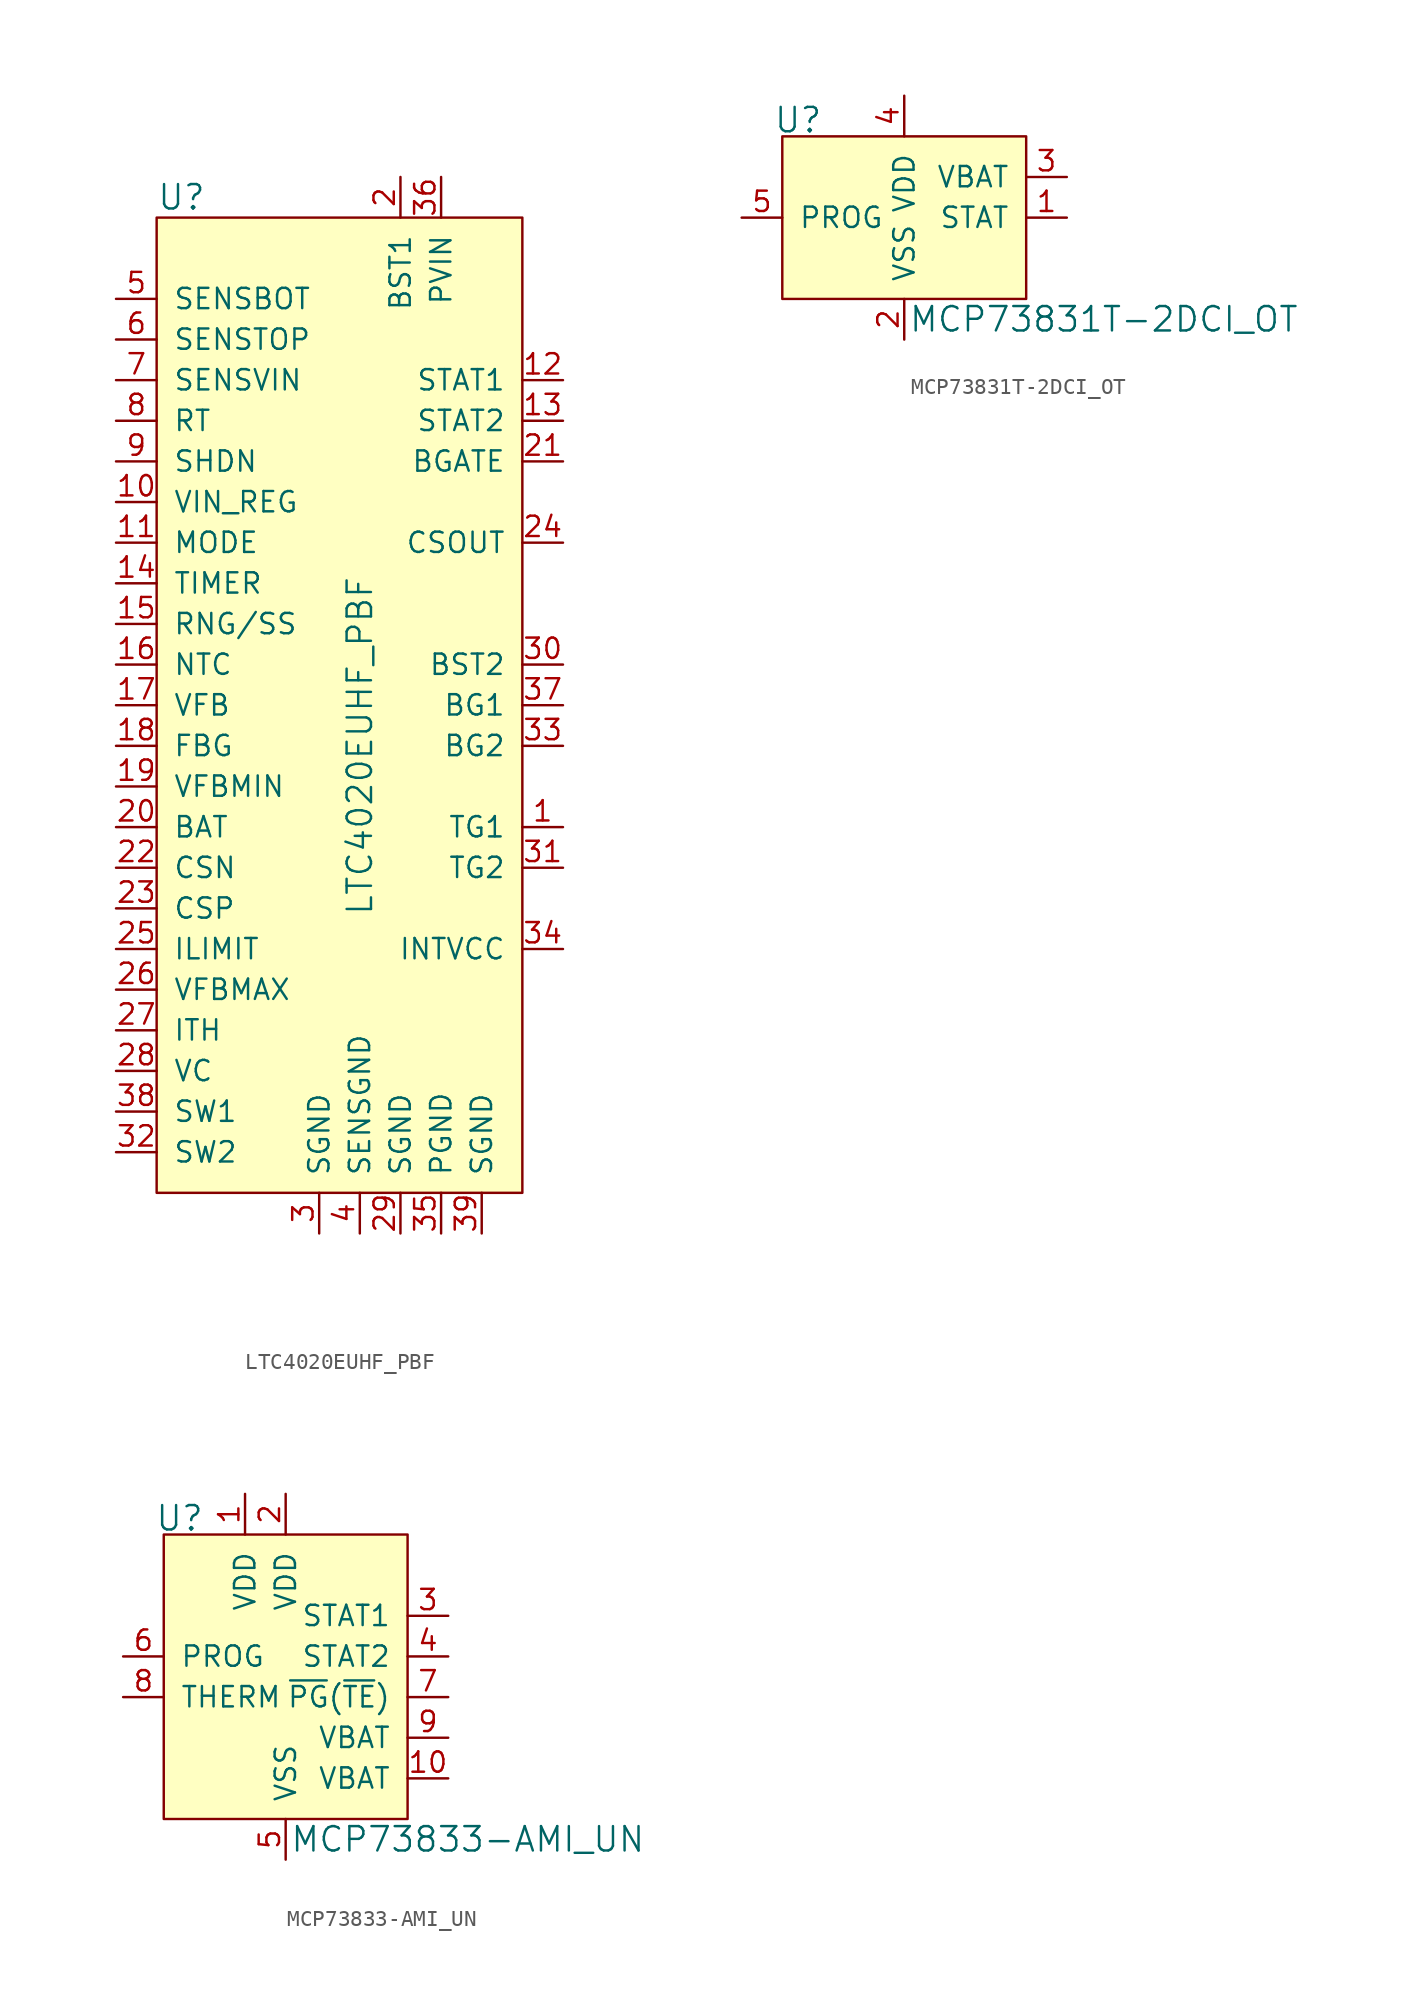
<source format=kicad_sym>
(kicad_symbol_lib
  (version 20211014)
  (generator kicad_symbol_editor)
  (symbol "LTC4020EUHF_PBF"
    (pin_names
      (offset 1.016))
    (property "Reference" "U"
      (at -10.16 24.13 0)
      (effects (font (size 1.524 1.524)) (justify left)))
    (property "Value" "LTC4020EUHF_PBF"
      (at 2.54 -10.16 90)
      (effects (font (size 1.524 1.524))))
    (symbol "LTC4020EUHF_PBF_0_1"
      (rectangle (start -10.16 22.86) (end 12.7 -38.1) (stroke (width 0) (type default) (color 0 0 0 0)) (fill (type background))))
    (symbol "LTC4020EUHF_PBF_1_1"
      (pin output line (at 15.24 -15.24 180) (length 2.54) (name "TG1" (effects (font (size 1.27 1.27)))) (number "1" (effects (font (size 1.27 1.27)))))
      (pin passive line (at -12.7 5.08 0) (length 2.54) (name "VIN_REG" (effects (font (size 1.27 1.27)))) (number "10" (effects (font (size 1.27 1.27)))))
      (pin input line (at -12.7 2.54 0) (length 2.54) (name "MODE" (effects (font (size 1.27 1.27)))) (number "11" (effects (font (size 1.27 1.27)))))
      (pin output line (at 15.24 12.7 180) (length 2.54) (name "STAT1" (effects (font (size 1.27 1.27)))) (number "12" (effects (font (size 1.27 1.27)))))
      (pin output line (at 15.24 10.16 180) (length 2.54) (name "STAT2" (effects (font (size 1.27 1.27)))) (number "13" (effects (font (size 1.27 1.27)))))
      (pin passive line (at -12.7 0 0) (length 2.54) (name "TIMER" (effects (font (size 1.27 1.27)))) (number "14" (effects (font (size 1.27 1.27)))))
      (pin input line (at -12.7 -2.54 0) (length 2.54) (name "RNG/SS" (effects (font (size 1.27 1.27)))) (number "15" (effects (font (size 1.27 1.27)))))
      (pin input line (at -12.7 -5.08 0) (length 2.54) (name "NTC" (effects (font (size 1.27 1.27)))) (number "16" (effects (font (size 1.27 1.27)))))
      (pin input line (at -12.7 -7.62 0) (length 2.54) (name "VFB" (effects (font (size 1.27 1.27)))) (number "17" (effects (font (size 1.27 1.27)))))
      (pin input line (at -12.7 -10.16 0) (length 2.54) (name "FBG" (effects (font (size 1.27 1.27)))) (number "18" (effects (font (size 1.27 1.27)))))
      (pin input line (at -12.7 -12.7 0) (length 2.54) (name "VFBMIN" (effects (font (size 1.27 1.27)))) (number "19" (effects (font (size 1.27 1.27)))))
      (pin power_in line (at 5.08 25.4 270) (length 2.54) (name "BST1" (effects (font (size 1.27 1.27)))) (number "2" (effects (font (size 1.27 1.27)))))
      (pin input line (at -12.7 -15.24 0) (length 2.54) (name "BAT" (effects (font (size 1.27 1.27)))) (number "20" (effects (font (size 1.27 1.27)))))
      (pin output line (at 15.24 7.62 180) (length 2.54) (name "BGATE" (effects (font (size 1.27 1.27)))) (number "21" (effects (font (size 1.27 1.27)))))
      (pin input line (at -12.7 -17.78 0) (length 2.54) (name "CSN" (effects (font (size 1.27 1.27)))) (number "22" (effects (font (size 1.27 1.27)))))
      (pin input line (at -12.7 -20.32 0) (length 2.54) (name "CSP" (effects (font (size 1.27 1.27)))) (number "23" (effects (font (size 1.27 1.27)))))
      (pin output line (at 15.24 2.54 180) (length 2.54) (name "CSOUT" (effects (font (size 1.27 1.27)))) (number "24" (effects (font (size 1.27 1.27)))))
      (pin input line (at -12.7 -22.86 0) (length 2.54) (name "ILIMIT" (effects (font (size 1.27 1.27)))) (number "25" (effects (font (size 1.27 1.27)))))
      (pin input line (at -12.7 -25.4 0) (length 2.54) (name "VFBMAX" (effects (font (size 1.27 1.27)))) (number "26" (effects (font (size 1.27 1.27)))))
      (pin input line (at -12.7 -27.94 0) (length 2.54) (name "ITH" (effects (font (size 1.27 1.27)))) (number "27" (effects (font (size 1.27 1.27)))))
      (pin input line (at -12.7 -30.48 0) (length 2.54) (name "VC" (effects (font (size 1.27 1.27)))) (number "28" (effects (font (size 1.27 1.27)))))
      (pin power_in line (at 5.08 -40.64 90) (length 2.54) (name "SGND" (effects (font (size 1.27 1.27)))) (number "29" (effects (font (size 1.27 1.27)))))
      (pin power_in line (at 0 -40.64 90) (length 2.54) (name "SGND" (effects (font (size 1.27 1.27)))) (number "3" (effects (font (size 1.27 1.27)))))
      (pin power_out line (at 15.24 -5.08 180) (length 2.54) (name "BST2" (effects (font (size 1.27 1.27)))) (number "30" (effects (font (size 1.27 1.27)))))
      (pin output line (at 15.24 -17.78 180) (length 2.54) (name "TG2" (effects (font (size 1.27 1.27)))) (number "31" (effects (font (size 1.27 1.27)))))
      (pin input line (at -12.7 -35.56 0) (length 2.54) (name "SW2" (effects (font (size 1.27 1.27)))) (number "32" (effects (font (size 1.27 1.27)))))
      (pin output line (at 15.24 -10.16 180) (length 2.54) (name "BG2" (effects (font (size 1.27 1.27)))) (number "33" (effects (font (size 1.27 1.27)))))
      (pin power_out line (at 15.24 -22.86 180) (length 2.54) (name "INTVCC" (effects (font (size 1.27 1.27)))) (number "34" (effects (font (size 1.27 1.27)))))
      (pin power_in line (at 7.62 -40.64 90) (length 2.54) (name "PGND" (effects (font (size 1.27 1.27)))) (number "35" (effects (font (size 1.27 1.27)))))
      (pin power_in line (at 7.62 25.4 270) (length 2.54) (name "PVIN" (effects (font (size 1.27 1.27)))) (number "36" (effects (font (size 1.27 1.27)))))
      (pin output line (at 15.24 -7.62 180) (length 2.54) (name "BG1" (effects (font (size 1.27 1.27)))) (number "37" (effects (font (size 1.27 1.27)))))
      (pin input line (at -12.7 -33.02 0) (length 2.54) (name "SW1" (effects (font (size 1.27 1.27)))) (number "38" (effects (font (size 1.27 1.27)))))
      (pin input line (at 10.16 -40.64 90) (length 2.54) (name "SGND" (effects (font (size 1.27 1.27)))) (number "39" (effects (font (size 1.27 1.27)))))
      (pin power_in line (at 2.54 -40.64 90) (length 2.54) (name "SENSGND" (effects (font (size 1.27 1.27)))) (number "4" (effects (font (size 1.27 1.27)))))
      (pin input line (at -12.7 17.78 0) (length 2.54) (name "SENSBOT" (effects (font (size 1.27 1.27)))) (number "5" (effects (font (size 1.27 1.27)))))
      (pin input line (at -12.7 15.24 0) (length 2.54) (name "SENSTOP" (effects (font (size 1.27 1.27)))) (number "6" (effects (font (size 1.27 1.27)))))
      (pin input line (at -12.7 12.7 0) (length 2.54) (name "SENSVIN" (effects (font (size 1.27 1.27)))) (number "7" (effects (font (size 1.27 1.27)))))
      (pin passive line (at -12.7 10.16 0) (length 2.54) (name "RT" (effects (font (size 1.27 1.27)))) (number "8" (effects (font (size 1.27 1.27)))))
      (pin input line (at -12.7 7.62 0) (length 2.54) (name "SHDN" (effects (font (size 1.27 1.27)))) (number "9" (effects (font (size 1.27 1.27)))))))
  (symbol "MCP73831T-2DCI_OT"
    (pin_names
      (offset 1.016))
    (property "Reference" "U"
      (at -5.08 3.556 0)
      (effects (font (size 1.524 1.524)) (justify right)))
    (property "Value" "MCP73831T-2DCI_OT"
      (at 0.254 -8.89 0)
      (effects (font (size 1.524 1.524)) (justify left)))
    (symbol "MCP73831T-2DCI_OT_0_1"
      (rectangle (start 7.62 2.54) (end -7.62 -7.62) (stroke (width 0) (type default) (color 0 0 0 0)) (fill (type background))))
    (symbol "MCP73831T-2DCI_OT_1_1"
      (pin output line (at 10.16 -2.54 180) (length 2.54) (name "STAT" (effects (font (size 1.27 1.27)))) (number "1" (effects (font (size 1.27 1.27)))))
      (pin power_in line (at 0 -10.16 90) (length 2.54) (name "VSS" (effects (font (size 1.27 1.27)))) (number "2" (effects (font (size 1.27 1.27)))))
      (pin power_out line (at 10.16 0 180) (length 2.54) (name "VBAT" (effects (font (size 1.27 1.27)))) (number "3" (effects (font (size 1.27 1.27)))))
      (pin power_in line (at 0 5.08 270) (length 2.54) (name "VDD" (effects (font (size 1.27 1.27)))) (number "4" (effects (font (size 1.27 1.27)))))
      (pin input line (at -10.16 -2.54 0) (length 2.54) (name "PROG" (effects (font (size 1.27 1.27)))) (number "5" (effects (font (size 1.27 1.27)))))))
  (symbol "MCP73833-AMI_UN"
    (pin_names
      (offset 1.016))
    (property "Reference" "U"
      (at -2.54 6.096 0)
      (effects (font (size 1.524 1.524)) (justify right)))
    (property "Value" "MCP73833-AMI_UN"
      (at 2.794 -13.97 0)
      (effects (font (size 1.524 1.524)) (justify left)))
    (symbol "MCP73833-AMI_UN_0_1"
      (rectangle (start -5.08 5.08) (end 10.16 -12.7) (stroke (width 0) (type default) (color 0 0 0 0)) (fill (type background))))
    (symbol "MCP73833-AMI_UN_1_1"
      (pin power_in line (at 0 7.62 270) (length 2.54) (name "VDD" (effects (font (size 1.27 1.27)))) (number "1" (effects (font (size 1.27 1.27)))))
      (pin power_out line (at 12.7 -10.16 180) (length 2.54) (name "VBAT" (effects (font (size 1.27 1.27)))) (number "10" (effects (font (size 1.27 1.27)))))
      (pin power_in line (at 2.54 7.62 270) (length 2.54) (name "VDD" (effects (font (size 1.27 1.27)))) (number "2" (effects (font (size 1.27 1.27)))))
      (pin output line (at 12.7 0 180) (length 2.54) (name "STAT1" (effects (font (size 1.27 1.27)))) (number "3" (effects (font (size 1.27 1.27)))))
      (pin output line (at 12.7 -2.54 180) (length 2.54) (name "STAT2" (effects (font (size 1.27 1.27)))) (number "4" (effects (font (size 1.27 1.27)))))
      (pin power_in line (at 2.54 -15.24 90) (length 2.54) (name "VSS" (effects (font (size 1.27 1.27)))) (number "5" (effects (font (size 1.27 1.27)))))
      (pin input line (at -7.62 -2.54 0) (length 2.54) (name "PROG" (effects (font (size 1.27 1.27)))) (number "6" (effects (font (size 1.27 1.27)))))
      (pin output line (at 12.7 -5.08 180) (length 2.54) (name "~{PG}(~{TE})" (effects (font (size 1.27 1.27)))) (number "7" (effects (font (size 1.27 1.27)))))
      (pin input line (at -7.62 -5.08 0) (length 2.54) (name "THERM" (effects (font (size 1.27 1.27)))) (number "8" (effects (font (size 1.27 1.27)))))
      (pin power_out line (at 12.7 -7.62 180) (length 2.54) (name "VBAT" (effects (font (size 1.27 1.27)))) (number "9" (effects (font (size 1.27 1.27))))))))
</source>
